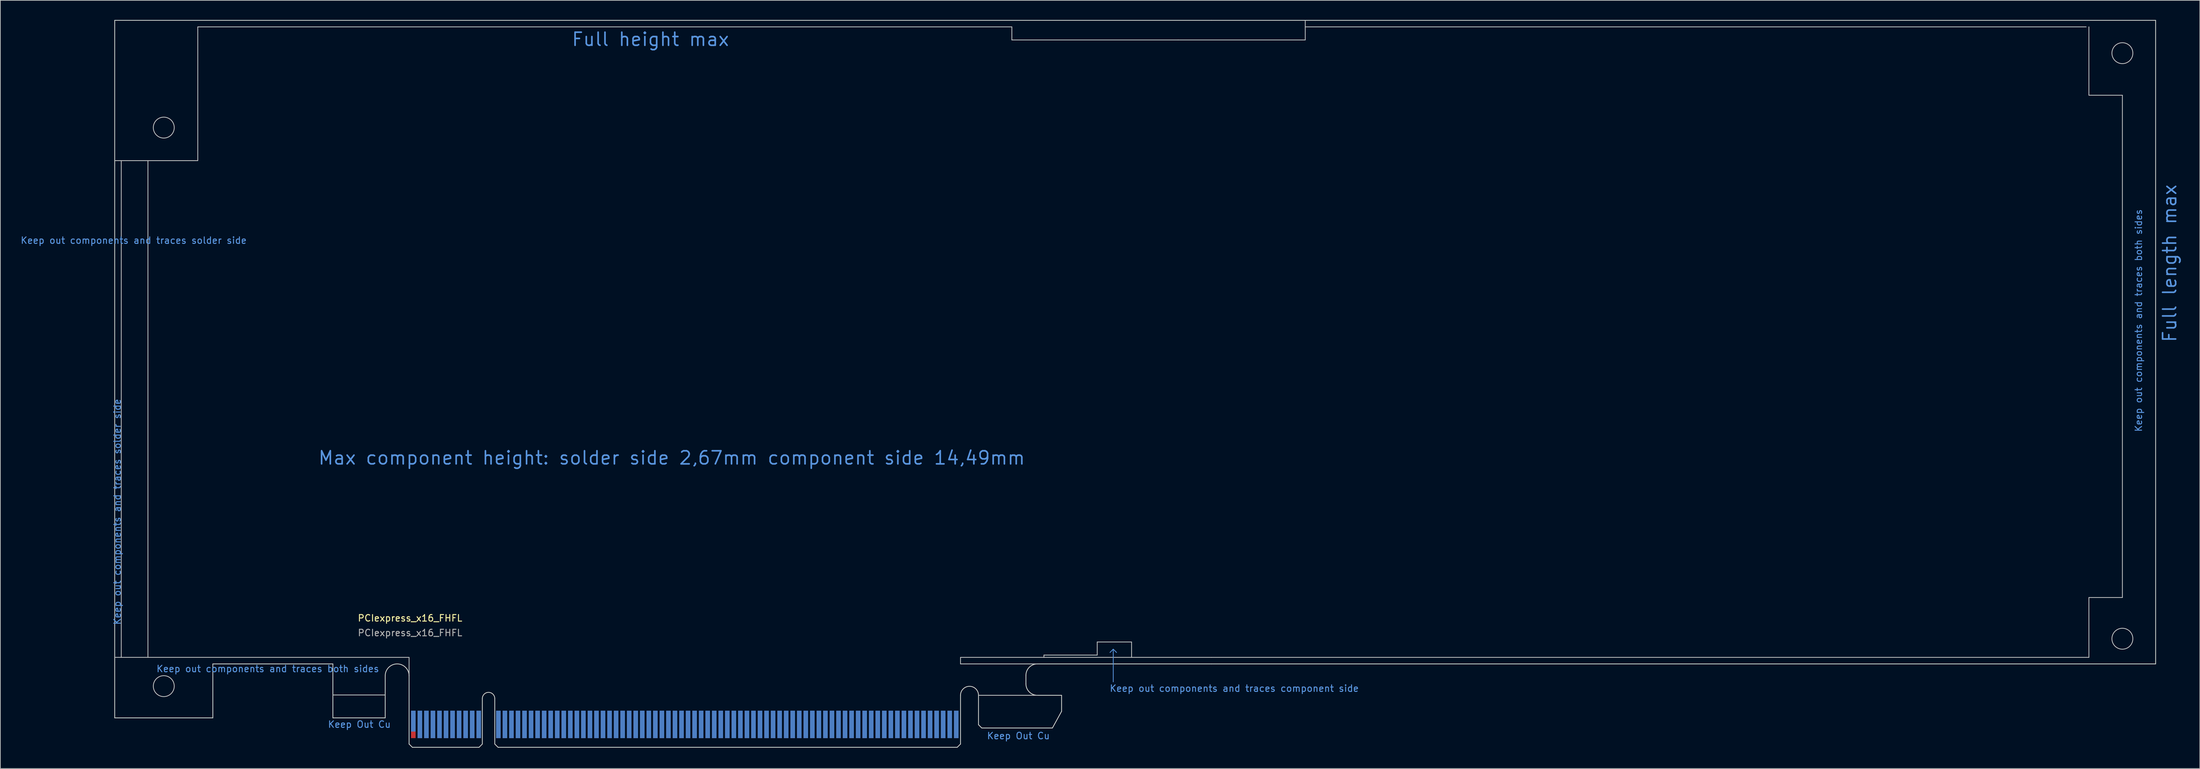
<source format=kicad_pcb>
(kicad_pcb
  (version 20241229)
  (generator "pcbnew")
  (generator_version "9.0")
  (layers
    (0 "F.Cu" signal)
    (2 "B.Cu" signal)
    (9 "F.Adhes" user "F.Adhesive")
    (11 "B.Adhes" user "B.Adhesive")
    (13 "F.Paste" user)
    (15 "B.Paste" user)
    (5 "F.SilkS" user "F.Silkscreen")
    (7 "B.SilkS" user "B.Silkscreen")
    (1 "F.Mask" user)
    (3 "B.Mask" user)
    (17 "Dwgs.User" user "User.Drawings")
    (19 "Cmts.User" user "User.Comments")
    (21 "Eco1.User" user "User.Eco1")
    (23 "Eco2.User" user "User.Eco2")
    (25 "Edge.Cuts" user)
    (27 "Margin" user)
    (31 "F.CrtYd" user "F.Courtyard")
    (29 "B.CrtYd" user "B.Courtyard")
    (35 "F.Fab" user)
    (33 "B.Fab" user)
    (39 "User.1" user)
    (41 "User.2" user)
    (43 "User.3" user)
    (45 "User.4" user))
  (footprint "PCIexpress_x16_FHFL"
    (layer "F.Cu")
    (at 59.637 111.21)
    (property "Reference" "PCIexpress_x16_FHFL" (at 0 -19.75 0) (layer "F.SilkS") (effects (font (size 1 1) (thickness 0.15))))
    (attr exclude_from_pos_files exclude_from_bom)
    (fp_poly (pts (xy -11.8 -4.5) (xy -11.8 -8) (xy -3.8 -8) (xy -3.8 -4.5)) (stroke (width 0) (type solid)) (fill yes) (layer "F.Mask"))
    (fp_poly (pts (xy -0.25 -5.5) (xy 84.25 -5.5) (xy 84.25 0) (xy -0.25 0)) (stroke (width 0.2) (type solid)) (fill yes) (layer "F.Mask"))
    (fp_poly (pts (xy 86.9 -7.95) (xy 99.6 -7.95) (xy 99.6 -5.5) (xy 98.2 -2.95) (xy 87.4 -2.95) (xy 86.9 -3.45)) (stroke (width 0) (type solid)) (fill yes) (layer "F.Mask"))
    (fp_poly (pts (xy -11.8 -4.5) (xy -11.8 -8) (xy -3.8 -8) (xy -3.8 -4.5)) (stroke (width 0) (type solid)) (fill yes) (layer "B.Mask"))
    (fp_poly (pts (xy -0.25 -5.5) (xy 84.25 -5.5) (xy 84.25 0) (xy -0.25 0)) (stroke (width 0.2) (type solid)) (fill yes) (layer "B.Mask"))
    (fp_poly (pts (xy 86.9 -7.95) (xy 99.6 -7.95) (xy 99.6 -5.5) (xy 98.2 -2.95) (xy 87.4 -2.95) (xy 86.9 -3.45)) (stroke (width 0) (type solid)) (fill yes) (layer "B.Mask"))
    (fp_line (start -45.15 -89.7) (end -32.45 -89.7) (stroke (width 0.12) (type solid)) (layer "Dwgs.User"))
    (fp_line (start -44.15 -89.7) (end -44.15 -13.75) (stroke (width 0.12) (type solid)) (layer "Dwgs.User"))
    (fp_line (start -40.07 -13.75) (end -40.07 -89.7) (stroke (width 0.12) (type solid)) (layer "Dwgs.User"))
    (fp_line (start -32.45 -110.15) (end -32.45 -89.7) (stroke (width 0.12) (type solid)) (layer "Dwgs.User"))
    (fp_line (start -32.45 -110.15) (end 92 -110.15) (stroke (width 0.12) (type solid)) (layer "Dwgs.User"))
    (fp_line (start -11.8 -8) (end -3.8 -8) (stroke (width 0.12) (type solid)) (layer "Dwgs.User"))
    (fp_line (start -0.15 -13.75) (end -45.15 -13.75) (stroke (width 0.12) (type solid)) (layer "Dwgs.User"))
    (fp_line (start -0.15 -10.925) (end -0.15 -13.75) (stroke (width 0.12) (type solid)) (layer "Dwgs.User"))
    (fp_line (start 84.15 -13.75) (end 122.5 -13.75) (stroke (width 0.12) (type solid)) (layer "Dwgs.User"))
    (fp_line (start 84.15 -12.75) (end 84.15 -13.75) (stroke (width 0.12) (type solid)) (layer "Dwgs.User"))
    (fp_line (start 84.15 -12.75) (end 95.9 -12.75) (stroke (width 0.12) (type solid)) (layer "Dwgs.User"))
    (fp_line (start 92 -110.15) (end 92 -108.15) (stroke (width 0.12) (type solid)) (layer "Dwgs.User"))
    (fp_line (start 92 -108.15) (end 117.42 -108.15) (stroke (width 0.12) (type solid)) (layer "Dwgs.User"))
    (fp_line (start 95.9 -7.95) (end 86.9 -7.95) (stroke (width 0.12) (type solid)) (layer "Dwgs.User"))
    (fp_line (start 96.9 -14.1) (end 96.9 -13.75) (stroke (width 0.12) (type solid)) (layer "Dwgs.User"))
    (fp_line (start 96.9 -14.1) (end 105.05 -14.1) (stroke (width 0.12) (type solid)) (layer "Dwgs.User"))
    (fp_line (start 105.05 -16.1) (end 110.3 -16.1) (stroke (width 0.12) (type solid)) (layer "Dwgs.User"))
    (fp_line (start 105.05 -14.1) (end 105.05 -16.1) (stroke (width 0.12) (type solid)) (layer "Dwgs.User"))
    (fp_line (start 110.3 -16.1) (end 110.3 -13.75) (stroke (width 0.12) (type solid)) (layer "Dwgs.User"))
    (fp_line (start 117.425 -108.15) (end 117.42 -108.15) (stroke (width 0.12) (type default)) (layer "Dwgs.User"))
    (fp_line (start 117.425 -108.15) (end 136.85 -108.15) (stroke (width 0.12) (type solid)) (layer "Dwgs.User"))
    (fp_line (start 122.5 -13.75) (end 256.65 -13.75) (stroke (width 0.12) (type solid)) (layer "Dwgs.User"))
    (fp_line (start 136.85 -110.15) (end 256.225 -110.15) (stroke (width 0.12) (type solid)) (layer "Dwgs.User"))
    (fp_line (start 136.85 -108.15) (end 136.85 -111.15) (stroke (width 0.12) (type default)) (layer "Dwgs.User"))
    (fp_line (start 256.65 -110.15) (end 256.65 -99.7) (stroke (width 0.12) (type solid)) (layer "Dwgs.User"))
    (fp_line (start 256.65 -99.7) (end 261.77 -99.7) (stroke (width 0.12) (type solid)) (layer "Dwgs.User"))
    (fp_line (start 256.65 -22.9) (end 261.77 -22.9) (stroke (width 0.12) (type solid)) (layer "Dwgs.User"))
    (fp_line (start 256.65 -13.75) (end 256.65 -22.9) (stroke (width 0.12) (type solid)) (layer "Dwgs.User"))
    (fp_line (start 261.77 -99.7) (end 261.77 -22.9) (stroke (width 0.12) (type solid)) (layer "Dwgs.User"))
    (fp_circle (center -37.65 -94.75) (end -36.05 -94.75) (stroke (width 0.12) (type solid)) (fill no) (layer "Dwgs.User"))
    (fp_circle (center -37.65 -9.35) (end -36.05 -9.35) (stroke (width 0.12) (type solid)) (fill no) (layer "Dwgs.User"))
    (fp_circle (center 261.77 -106.13) (end 263.37 -106.13) (stroke (width 0.12) (type solid)) (fill no) (layer "Dwgs.User"))
    (fp_circle (center 261.77 -16.6) (end 263.37 -16.6) (stroke (width 0.12) (type solid)) (fill no) (layer "Dwgs.User"))
    (fp_line (start 107.5 -15) (end 107 -14.5) (stroke (width 0.12) (type solid)) (layer "Cmts.User"))
    (fp_line (start 107.5 -15) (end 108 -14.5) (stroke (width 0.12) (type solid)) (layer "Cmts.User"))
    (fp_line (start 107.5 -10) (end 107.5 -15) (stroke (width 0.12) (type solid)) (layer "Cmts.User"))
    (fp_line (start -45.15 -111.15) (end -45.15 -4.5) (stroke (width 0.12) (type solid)) (layer "Edge.Cuts"))
    (fp_line (start -45.15 -111.15) (end 122.5 -111.15) (stroke (width 0.12) (type solid)) (layer "Edge.Cuts"))
    (fp_line (start -30.15 -12.75) (end -11.8 -12.75) (stroke (width 0.12) (type solid)) (layer "Edge.Cuts"))
    (fp_line (start -30.15 -4.5) (end -45.15 -4.5) (stroke (width 0.12) (type solid)) (layer "Edge.Cuts"))
    (fp_line (start -30.15 -4.5) (end -30.15 -12.75) (stroke (width 0.12) (type solid)) (layer "Edge.Cuts"))
    (fp_line (start -11.8 -4.5) (end -11.8 -12.75) (stroke (width 0.12) (type solid)) (layer "Edge.Cuts"))
    (fp_line (start -11.8 -4.5) (end -3.8 -4.5) (stroke (width 0.12) (type solid)) (layer "Edge.Cuts"))
    (fp_line (start -3.8 -4.5) (end -3.8 -10.925) (stroke (width 0.12) (type solid)) (layer "Edge.Cuts"))
    (fp_line (start -0.15 -0.5) (end -0.15 -10.925) (stroke (width 0.12) (type solid)) (layer "Edge.Cuts"))
    (fp_line (start -0.15 -0.5) (end 0.35 0) (stroke (width 0.12) (type solid)) (layer "Edge.Cuts"))
    (fp_line (start 0.35 0) (end 10.55 0) (stroke (width 0.12) (type solid)) (layer "Edge.Cuts"))
    (fp_line (start 11.05 -7.45) (end 11.05 -0.5) (stroke (width 0.12) (type solid)) (layer "Edge.Cuts"))
    (fp_line (start 11.05 -0.5) (end 10.55 0) (stroke (width 0.12) (type solid)) (layer "Edge.Cuts"))
    (fp_line (start 12.95 -7.45) (end 12.95 -0.5) (stroke (width 0.12) (type solid)) (layer "Edge.Cuts"))
    (fp_line (start 12.95 -0.5) (end 13.45 0) (stroke (width 0.12) (type solid)) (layer "Edge.Cuts"))
    (fp_line (start 13.45 0) (end 83.65 0) (stroke (width 0.12) (type solid)) (layer "Edge.Cuts"))
    (fp_line (start 84.15 -0.5) (end 83.65 0) (stroke (width 0.12) (type solid)) (layer "Edge.Cuts"))
    (fp_line (start 84.15 -0.5) (end 84.15 -7.95) (stroke (width 0.12) (type solid)) (layer "Edge.Cuts"))
    (fp_line (start 86.9 -3.45) (end 86.9 -7.95) (stroke (width 0.12) (type solid)) (layer "Edge.Cuts"))
    (fp_line (start 86.9 -3.45) (end 87.4 -2.95) (stroke (width 0.12) (type solid)) (layer "Edge.Cuts"))
    (fp_line (start 87.4 -2.95) (end 98.2 -2.95) (stroke (width 0.12) (type solid)) (layer "Edge.Cuts"))
    (fp_line (start 94.15 -11) (end 94.15 -9.7) (stroke (width 0.12) (type solid)) (layer "Edge.Cuts"))
    (fp_line (start 95.9 -12.75) (end 122.503 -12.75) (stroke (width 0.12) (type solid)) (layer "Edge.Cuts"))
    (fp_line (start 95.9 -7.95) (end 99.6 -7.95) (stroke (width 0.12) (type solid)) (layer "Edge.Cuts"))
    (fp_line (start 98.2 -2.95) (end 99.6 -5.5) (stroke (width 0.12) (type solid)) (layer "Edge.Cuts"))
    (fp_line (start 99.6 -5.5) (end 99.6 -7.95) (stroke (width 0.12) (type solid)) (layer "Edge.Cuts"))
    (fp_line (start 122.5 -111.15) (end 266.85 -111.15) (stroke (width 0.12) (type solid)) (layer "Edge.Cuts"))
    (fp_line (start 122.503 -12.75) (end 266.853 -12.75) (stroke (width 0.12) (type solid)) (layer "Edge.Cuts"))
    (fp_line (start 266.85 -111.15) (end 266.853 -12.75) (stroke (width 0.12) (type solid)) (layer "Edge.Cuts"))
    (fp_arc (start -3.8 -10.925) (mid -1.975 -12.75) (end -0.15 -10.925) (stroke (width 0.12) (type solid)) (layer "Edge.Cuts"))
    (fp_arc (start 11.05 -7.45) (mid 12 -8.4) (end 12.95 -7.45) (stroke (width 0.12) (type solid)) (layer "Edge.Cuts"))
    (fp_arc (start 84.15 -7.95) (mid 85.525 -9.325) (end 86.9 -7.95) (stroke (width 0.12) (type solid)) (layer "Edge.Cuts"))
    (fp_arc (start 94.15 -11) (mid 94.662563 -12.237437) (end 95.9 -12.75) (stroke (width 0.12) (type solid)) (layer "Edge.Cuts"))
    (fp_arc (start 95.9 -7.95) (mid 94.662563 -8.462563) (end 94.15 -9.7) (stroke (width 0.12) (type solid)) (layer "Edge.Cuts"))
    (fp_text user "Keep out components and traces both sides" (at -21.75 -12 0) (layer "Cmts.User") (effects (font (size 1 1) (thickness 0.15))))
    (fp_text user "Full height max" (at 36.75 -108.25 0) (layer "Cmts.User") (effects (font (size 2 2) (thickness 0.25))))
    (fp_text user "Max component height: solder side 2,67mm component side 14,49mm" (at 40 -44.25 0) (layer "Cmts.User") (effects (font (size 2 2) (thickness 0.25))))
    (fp_text user "Keep Out Cu" (at -7.75 -3.5 0) (layer "Cmts.User") (effects (font (size 1 1) (thickness 0.15))))
    (fp_text user "Keep out components and traces solder side" (at -42.25 -77.5 180) (layer "Cmts.User") (effects (font (size 1 1) (thickness 0.15))))
    (fp_text user "Full length max" (at 269 -74 90) (layer "Cmts.User") (effects (font (size 2 2) (thickness 0.25))))
    (fp_text user "Keep out components and traces component side" (at 126 -9 180) (layer "Cmts.User") (effects (font (size 1 1) (thickness 0.15))))
    (fp_text user "Keep Out Cu" (at 93 -1.75 0) (layer "Cmts.User") (effects (font (size 1 1) (thickness 0.15))))
    (fp_text user "Keep out components and traces both sides" (at 264.25 -65.25 90) (layer "Cmts.User") (effects (font (size 1 1) (thickness 0.15))))
    (fp_text user "Keep out components and traces solder side" (at -44.75 -36 90) (layer "Cmts.User") (effects (font (size 1 1) (thickness 0.15))))
    (fp_text user "${REFERENCE}" (at 0 -17.5 0) (layer "F.Fab") (effects (font (size 1 1) (thickness 0.15))))
    (pad "A1" connect rect (at 0.5 -4) (size 0.7 3.2) (layers "B.Cu"))
    (pad "A2" connect rect (at 1.5 -3.5) (size 0.7 4.2) (layers "B.Cu"))
    (pad "A3" connect rect (at 2.5 -3.5) (size 0.7 4.2) (layers "B.Cu"))
    (pad "A4" connect rect (at 3.5 -3.5) (size 0.7 4.2) (layers "B.Cu"))
    (pad "A5" connect rect (at 4.5 -3.5) (size 0.7 4.2) (layers "B.Cu"))
    (pad "A6" connect rect (at 5.5 -3.5) (size 0.7 4.2) (layers "B.Cu"))
    (pad "A7" connect rect (at 6.5 -3.5) (size 0.7 4.2) (layers "B.Cu"))
    (pad "A8" connect rect (at 7.5 -3.5) (size 0.7 4.2) (layers "B.Cu"))
    (pad "A9" connect rect (at 8.5 -3.5) (size 0.7 4.2) (layers "B.Cu"))
    (pad "A10" connect rect (at 9.5 -3.5) (size 0.7 4.2) (layers "B.Cu"))
    (pad "A11" connect rect (at 10.5 -3.5) (size 0.7 4.2) (layers "B.Cu"))
    (pad "A12" connect rect (at 13.5 -3.5) (size 0.7 4.2) (layers "B.Cu"))
    (pad "A13" connect rect (at 14.5 -3.5) (size 0.7 4.2) (layers "B.Cu"))
    (pad "A14" connect rect (at 15.5 -3.5) (size 0.7 4.2) (layers "B.Cu"))
    (pad "A15" connect rect (at 16.5 -3.5) (size 0.7 4.2) (layers "B.Cu"))
    (pad "A16" connect rect (at 17.5 -3.5) (size 0.7 4.2) (layers "B.Cu"))
    (pad "A17" connect rect (at 18.5 -3.5) (size 0.7 4.2) (layers "B.Cu"))
    (pad "A18" connect rect (at 19.5 -3.5) (size 0.7 4.2) (layers "B.Cu"))
    (pad "A19" connect rect (at 20.5 -3.5) (size 0.7 4.2) (layers "B.Cu"))
    (pad "A20" connect rect (at 21.5 -3.5) (size 0.7 4.2) (layers "B.Cu"))
    (pad "A21" connect rect (at 22.5 -3.5) (size 0.7 4.2) (layers "B.Cu"))
    (pad "A22" connect rect (at 23.5 -3.5) (size 0.7 4.2) (layers "B.Cu"))
    (pad "A23" connect rect (at 24.5 -3.5) (size 0.7 4.2) (layers "B.Cu"))
    (pad "A24" connect rect (at 25.5 -3.5) (size 0.7 4.2) (layers "B.Cu"))
    (pad "A25" connect rect (at 26.5 -3.5) (size 0.7 4.2) (layers "B.Cu"))
    (pad "A26" connect rect (at 27.5 -3.5) (size 0.7 4.2) (layers "B.Cu"))
    (pad "A27" connect rect (at 28.5 -3.5) (size 0.7 4.2) (layers "B.Cu"))
    (pad "A28" connect rect (at 29.5 -3.5) (size 0.7 4.2) (layers "B.Cu"))
    (pad "A29" connect rect (at 30.5 -3.5) (size 0.7 4.2) (layers "B.Cu"))
    (pad "A30" connect rect (at 31.5 -3.5) (size 0.7 4.2) (layers "B.Cu"))
    (pad "A31" connect rect (at 32.5 -3.5) (size 0.7 4.2) (layers "B.Cu"))
    (pad "A32" connect rect (at 33.5 -3.5) (size 0.7 4.2) (layers "B.Cu"))
    (pad "A33" connect rect (at 34.5 -3.5) (size 0.7 4.2) (layers "B.Cu"))
    (pad "A34" connect rect (at 35.5 -3.5) (size 0.7 4.2) (layers "B.Cu"))
    (pad "A35" connect rect (at 36.5 -3.5) (size 0.7 4.2) (layers "B.Cu"))
    (pad "A36" connect rect (at 37.5 -3.5) (size 0.7 4.2) (layers "B.Cu"))
    (pad "A37" connect rect (at 38.5 -3.5) (size 0.7 4.2) (layers "B.Cu"))
    (pad "A38" connect rect (at 39.5 -3.5) (size 0.7 4.2) (layers "B.Cu"))
    (pad "A39" connect rect (at 40.5 -3.5) (size 0.7 4.2) (layers "B.Cu"))
    (pad "A40" connect rect (at 41.5 -3.5) (size 0.7 4.2) (layers "B.Cu"))
    (pad "A41" connect rect (at 42.5 -3.5) (size 0.7 4.2) (layers "B.Cu"))
    (pad "A42" connect rect (at 43.5 -3.5) (size 0.7 4.2) (layers "B.Cu"))
    (pad "A43" connect rect (at 44.5 -3.5) (size 0.7 4.2) (layers "B.Cu"))
    (pad "A44" connect rect (at 45.5 -3.5) (size 0.7 4.2) (layers "B.Cu"))
    (pad "A45" connect rect (at 46.5 -3.5) (size 0.7 4.2) (layers "B.Cu"))
    (pad "A46" connect rect (at 47.5 -3.5) (size 0.7 4.2) (layers "B.Cu"))
    (pad "A47" connect rect (at 48.5 -3.5) (size 0.7 4.2) (layers "B.Cu"))
    (pad "A48" connect rect (at 49.5 -3.5) (size 0.7 4.2) (layers "B.Cu"))
    (pad "A49" connect rect (at 50.5 -3.5) (size 0.7 4.2) (layers "B.Cu"))
    (pad "A50" connect rect (at 51.5 -3.5) (size 0.7 4.2) (layers "B.Cu"))
    (pad "A51" connect rect (at 52.5 -3.5) (size 0.7 4.2) (layers "B.Cu"))
    (pad "A52" connect rect (at 53.5 -3.5) (size 0.7 4.2) (layers "B.Cu"))
    (pad "A53" connect rect (at 54.5 -3.5) (size 0.7 4.2) (layers "B.Cu"))
    (pad "A54" connect rect (at 55.5 -3.5) (size 0.7 4.2) (layers "B.Cu"))
    (pad "A55" connect rect (at 56.5 -3.5) (size 0.7 4.2) (layers "B.Cu"))
    (pad "A56" connect rect (at 57.5 -3.5) (size 0.7 4.2) (layers "B.Cu"))
    (pad "A57" connect rect (at 58.5 -3.5) (size 0.7 4.2) (layers "B.Cu"))
    (pad "A58" connect rect (at 59.5 -3.5) (size 0.7 4.2) (layers "B.Cu"))
    (pad "A59" connect rect (at 60.5 -3.5) (size 0.7 4.2) (layers "B.Cu"))
    (pad "A60" connect rect (at 61.5 -3.5) (size 0.7 4.2) (layers "B.Cu"))
    (pad "A61" connect rect (at 62.5 -3.5) (size 0.7 4.2) (layers "B.Cu"))
    (pad "A62" connect rect (at 63.5 -3.5) (size 0.7 4.2) (layers "B.Cu"))
    (pad "A63" connect rect (at 64.5 -3.5) (size 0.7 4.2) (layers "B.Cu"))
    (pad "A64" connect rect (at 65.5 -3.5) (size 0.7 4.2) (layers "B.Cu"))
    (pad "A65" connect rect (at 66.5 -3.5) (size 0.7 4.2) (layers "B.Cu"))
    (pad "A66" connect rect (at 67.5 -3.5) (size 0.7 4.2) (layers "B.Cu"))
    (pad "A67" connect rect (at 68.5 -3.5) (size 0.7 4.2) (layers "B.Cu"))
    (pad "A68" connect rect (at 69.5 -3.5) (size 0.7 4.2) (layers "B.Cu"))
    (pad "A69" connect rect (at 70.5 -3.5) (size 0.7 4.2) (layers "B.Cu"))
    (pad "A70" connect rect (at 71.5 -3.5) (size 0.7 4.2) (layers "B.Cu"))
    (pad "A71" connect rect (at 72.5 -3.5) (size 0.7 4.2) (layers "B.Cu"))
    (pad "A72" connect rect (at 73.5 -3.5) (size 0.7 4.2) (layers "B.Cu"))
    (pad "A73" connect rect (at 74.5 -3.5) (size 0.7 4.2) (layers "B.Cu"))
    (pad "A74" connect rect (at 75.5 -3.5) (size 0.7 4.2) (layers "B.Cu"))
    (pad "A75" connect rect (at 76.5 -3.5) (size 0.7 4.2) (layers "B.Cu"))
    (pad "A76" connect rect (at 77.5 -3.5) (size 0.7 4.2) (layers "B.Cu"))
    (pad "A77" connect rect (at 78.5 -3.5) (size 0.7 4.2) (layers "B.Cu"))
    (pad "A78" connect rect (at 79.5 -3.5) (size 0.7 4.2) (layers "B.Cu"))
    (pad "A79" connect rect (at 80.5 -3.5) (size 0.7 4.2) (layers "B.Cu"))
    (pad "A80" connect rect (at 81.5 -3.5) (size 0.7 4.2) (layers "B.Cu"))
    (pad "A81" connect rect (at 82.5 -3.5) (size 0.7 4.2) (layers "B.Cu"))
    (pad "A82" connect rect (at 83.5 -3.5) (size 0.7 4.2) (layers "B.Cu"))
    (pad "B1" connect rect (at 0.5 -3.5) (size 0.7 4.2) (layers "F.Cu"))
    (pad "B2" connect rect (at 1.5 -3.5) (size 0.7 4.2) (layers "F.Cu"))
    (pad "B3" connect rect (at 2.5 -3.5) (size 0.7 4.2) (layers "F.Cu"))
    (pad "B4" connect rect (at 3.5 -3.5) (size 0.7 4.2) (layers "F.Cu"))
    (pad "B5" connect rect (at 4.5 -3.5) (size 0.7 4.2) (layers "F.Cu"))
    (pad "B6" connect rect (at 5.5 -3.5) (size 0.7 4.2) (layers "F.Cu"))
    (pad "B7" connect rect (at 6.5 -3.5) (size 0.7 4.2) (layers "F.Cu"))
    (pad "B8" connect rect (at 7.5 -3.5) (size 0.7 4.2) (layers "F.Cu"))
    (pad "B9" connect rect (at 8.5 -3.5) (size 0.7 4.2) (layers "F.Cu"))
    (pad "B10" connect rect (at 9.5 -3.5) (size 0.7 4.2) (layers "F.Cu"))
    (pad "B11" connect rect (at 10.5 -3.5) (size 0.7 4.2) (layers "F.Cu"))
    (pad "B12" connect rect (at 13.5 -3.5) (size 0.7 4.2) (layers "F.Cu"))
    (pad "B13" connect rect (at 14.5 -3.5) (size 0.7 4.2) (layers "F.Cu"))
    (pad "B14" connect rect (at 15.5 -3.5) (size 0.7 4.2) (layers "F.Cu"))
    (pad "B15" connect rect (at 16.5 -3.5) (size 0.7 4.2) (layers "F.Cu"))
    (pad "B16" connect rect (at 17.5 -3.5) (size 0.7 4.2) (layers "F.Cu"))
    (pad "B17" connect rect (at 18.5 -4) (size 0.7 3.2) (layers "F.Cu"))
    (pad "B18" connect rect (at 19.5 -3.5) (size 0.7 4.2) (layers "F.Cu"))
    (pad "B19" connect rect (at 20.5 -3.5) (size 0.7 4.2) (layers "F.Cu"))
    (pad "B20" connect rect (at 21.5 -3.5) (size 0.7 4.2) (layers "F.Cu"))
    (pad "B21" connect rect (at 22.5 -3.5) (size 0.7 4.2) (layers "F.Cu"))
    (pad "B22" connect rect (at 23.5 -3.5) (size 0.7 4.2) (layers "F.Cu"))
    (pad "B23" connect rect (at 24.5 -3.5) (size 0.7 4.2) (layers "F.Cu"))
    (pad "B24" connect rect (at 25.5 -3.5) (size 0.7 4.2) (layers "F.Cu"))
    (pad "B25" connect rect (at 26.5 -3.5) (size 0.7 4.2) (layers "F.Cu"))
    (pad "B26" connect rect (at 27.5 -3.5) (size 0.7 4.2) (layers "F.Cu"))
    (pad "B27" connect rect (at 28.5 -3.5) (size 0.7 4.2) (layers "F.Cu"))
    (pad "B28" connect rect (at 29.5 -3.5) (size 0.7 4.2) (layers "F.Cu"))
    (pad "B29" connect rect (at 30.5 -3.5) (size 0.7 4.2) (layers "F.Cu"))
    (pad "B30" connect rect (at 31.5 -3.5) (size 0.7 4.2) (layers "F.Cu"))
    (pad "B31" connect rect (at 32.5 -4) (size 0.7 3.2) (layers "F.Cu"))
    (pad "B32" connect rect (at 33.5 -3.5) (size 0.7 4.2) (layers "F.Cu"))
    (pad "B33" connect rect (at 34.5 -3.5) (size 0.7 4.2) (layers "F.Cu"))
    (pad "B34" connect rect (at 35.5 -3.5) (size 0.7 4.2) (layers "F.Cu"))
    (pad "B35" connect rect (at 36.5 -3.5) (size 0.7 4.2) (layers "F.Cu"))
    (pad "B36" connect rect (at 37.5 -3.5) (size 0.7 4.2) (layers "F.Cu"))
    (pad "B37" connect rect (at 38.5 -3.5) (size 0.7 4.2) (layers "F.Cu"))
    (pad "B38" connect rect (at 39.5 -3.5) (size 0.7 4.2) (layers "F.Cu"))
    (pad "B39" connect rect (at 40.5 -3.5) (size 0.7 4.2) (layers "F.Cu"))
    (pad "B40" connect rect (at 41.5 -3.5) (size 0.7 4.2) (layers "F.Cu"))
    (pad "B41" connect rect (at 42.5 -3.5) (size 0.7 4.2) (layers "F.Cu"))
    (pad "B42" connect rect (at 43.5 -3.5) (size 0.7 4.2) (layers "F.Cu"))
    (pad "B43" connect rect (at 44.5 -3.5) (size 0.7 4.2) (layers "F.Cu"))
    (pad "B44" connect rect (at 45.5 -3.5) (size 0.7 4.2) (layers "F.Cu"))
    (pad "B45" connect rect (at 46.5 -3.5) (size 0.7 4.2) (layers "F.Cu"))
    (pad "B46" connect rect (at 47.5 -3.5) (size 0.7 4.2) (layers "F.Cu"))
    (pad "B47" connect rect (at 48.5 -3.5) (size 0.7 4.2) (layers "F.Cu"))
    (pad "B48" connect rect (at 49.5 -4) (size 0.7 3.2) (layers "F.Cu"))
    (pad "B49" connect rect (at 50.5 -3.5) (size 0.7 4.2) (layers "F.Cu"))
    (pad "B50" connect rect (at 51.5 -3.5) (size 0.7 4.2) (layers "F.Cu"))
    (pad "B51" connect rect (at 52.5 -3.5) (size 0.7 4.2) (layers "F.Cu"))
    (pad "B52" connect rect (at 53.5 -3.5) (size 0.7 4.2) (layers "F.Cu"))
    (pad "B53" connect rect (at 54.5 -3.5) (size 0.7 4.2) (layers "F.Cu"))
    (pad "B54" connect rect (at 55.5 -3.5) (size 0.7 4.2) (layers "F.Cu"))
    (pad "B55" connect rect (at 56.5 -3.5) (size 0.7 4.2) (layers "F.Cu"))
    (pad "B56" connect rect (at 57.5 -3.5) (size 0.7 4.2) (layers "F.Cu"))
    (pad "B57" connect rect (at 58.5 -3.5) (size 0.7 4.2) (layers "F.Cu"))
    (pad "B58" connect rect (at 59.5 -3.5) (size 0.7 4.2) (layers "F.Cu"))
    (pad "B59" connect rect (at 60.5 -3.5) (size 0.7 4.2) (layers "F.Cu"))
    (pad "B60" connect rect (at 61.5 -3.5) (size 0.7 4.2) (layers "F.Cu"))
    (pad "B61" connect rect (at 62.5 -3.5) (size 0.7 4.2) (layers "F.Cu"))
    (pad "B62" connect rect (at 63.5 -3.5) (size 0.7 4.2) (layers "F.Cu"))
    (pad "B63" connect rect (at 64.5 -3.5) (size 0.7 4.2) (layers "F.Cu"))
    (pad "B64" connect rect (at 65.5 -3.5) (size 0.7 4.2) (layers "F.Cu"))
    (pad "B65" connect rect (at 66.5 -3.5) (size 0.7 4.2) (layers "F.Cu"))
    (pad "B66" connect rect (at 67.5 -3.5) (size 0.7 4.2) (layers "F.Cu"))
    (pad "B67" connect rect (at 68.5 -3.5) (size 0.7 4.2) (layers "F.Cu"))
    (pad "B68" connect rect (at 69.5 -3.5) (size 0.7 4.2) (layers "F.Cu"))
    (pad "B69" connect rect (at 70.5 -3.5) (size 0.7 4.2) (layers "F.Cu"))
    (pad "B70" connect rect (at 71.5 -3.5) (size 0.7 4.2) (layers "F.Cu"))
    (pad "B71" connect rect (at 72.5 -3.5) (size 0.7 4.2) (layers "F.Cu"))
    (pad "B72" connect rect (at 73.5 -3.5) (size 0.7 4.2) (layers "F.Cu"))
    (pad "B73" connect rect (at 74.5 -3.5) (size 0.7 4.2) (layers "F.Cu"))
    (pad "B74" connect rect (at 75.5 -3.5) (size 0.7 4.2) (layers "F.Cu"))
    (pad "B75" connect rect (at 76.5 -3.5) (size 0.7 4.2) (layers "F.Cu"))
    (pad "B76" connect rect (at 77.5 -3.5) (size 0.7 4.2) (layers "F.Cu"))
    (pad "B77" connect rect (at 78.5 -3.5) (size 0.7 4.2) (layers "F.Cu"))
    (pad "B78" connect rect (at 79.5 -3.5) (size 0.7 4.2) (layers "F.Cu"))
    (pad "B79" connect rect (at 80.5 -3.5) (size 0.7 4.2) (layers "F.Cu"))
    (pad "B80" connect rect (at 81.5 -3.5) (size 0.7 4.2) (layers "F.Cu"))
    (pad "B81" connect rect (at 82.5 -4) (size 0.7 3.2) (layers "F.Cu"))
    (pad "B82" connect rect (at 83.5 -3.5) (size 0.7 4.2) (layers "F.Cu"))
    (zone (net_name "") (layers "F.Cu" "B.Cu") (hatch edge 0.5) (connect_pads) (min_thickness 0.25) (filled_areas_thickness no) (keepout (tracks not_allowed) (vias allowed) (pads allowed) (copperpour allowed) (footprints not_allowed)) (placement (enabled no)) (fill) (polygon (pts (xy 14.487 97.46) (xy 59.487 97.46) (xy 59.487 106.71) (xy 14.487 106.71))))
    (zone (net_name "") (layers "F.Cu" "B.Cu") (hatch edge 0.5) (connect_pads) (min_thickness 0.25) (filled_areas_thickness no) (keepout (tracks not_allowed) (vias not_allowed) (pads not_allowed) (copperpour not_allowed) (footprints not_allowed)) (placement (enabled no)) (fill) (polygon (pts (xy 47.837 103.21) (xy 55.837 103.21) (xy 55.837 106.71) (xy 47.837 106.71))))
    (zone (net_name "") (layers "F.Cu" "B.Cu") (hatch edge 0.5) (connect_pads) (min_thickness 0.25) (filled_areas_thickness no) (keepout (tracks not_allowed) (vias not_allowed) (pads not_allowed) (copperpour not_allowed) (footprints not_allowed)) (placement (enabled no)) (fill) (polygon (pts (xy 146.537 103.26) (xy 159.237 103.26) (xy 159.237 108.26) (xy 146.537 108.26))))
    (zone (net_name "") (layers "F.Cu" "B.Cu") (hatch edge 0.5) (connect_pads) (min_thickness 0.25) (filled_areas_thickness no) (keepout (tracks not_allowed) (vias allowed) (pads allowed) (copperpour allowed) (footprints not_allowed)) (placement (enabled no)) (fill) (polygon (pts (xy 156.537 97.46) (xy 156.537 97.11) (xy 164.687 97.11) (xy 164.687 95.11) (xy 169.937 95.11) (xy 169.937 97.46))))
    (zone (net_name "") (layers "F.Cu" "B.Cu") (hatch edge 0.5) (connect_pads) (min_thickness 0.25) (filled_areas_thickness no) (keepout (tracks allowed) (vias allowed) (pads allowed) (copperpour allowed) (footprints not_allowed)) (placement (enabled no)) (fill) (polygon (pts (xy 14.487 97.46) (xy 14.487 0.06) (xy 326.487 0.06) (xy 326.487 98.46) (xy 155.537 98.46) (xy 155.537 103.26) (xy 143.787 103.26) (xy 143.787 97.46) (xy 316.287 97.46) (xy 316.287 88.31) (xy 321.412 88.31) (xy 321.412 11.51) (xy 316.287 11.51) (xy 316.287 1.06) (xy 196.487 1.06) (xy 196.487 3.06) (xy 151.637 3.06) (xy 151.637 1.06) (xy 27.187 1.06) (xy 27.187 21.51) (xy 19.562 21.51) (xy 19.562 97.46))))
    (zone (net_name "") (layer "B.Cu") (hatch edge 0.5) (connect_pads) (min_thickness 0.25) (filled_areas_thickness no) (keepout (tracks not_allowed) (vias allowed) (pads allowed) (copperpour allowed) (footprints not_allowed)) (placement (enabled no)) (fill) (polygon (pts (xy 15.487 97.46) (xy 14.487 97.46) (xy 14.487 21.51) (xy 15.487 21.51)))))
  (gr_rect
    (start -3 -3)
    (end 333.246 114.46)
    (stroke (width 0.1) (type default))
    (fill no)
    (layer "Edge.Cuts")))
</source>
